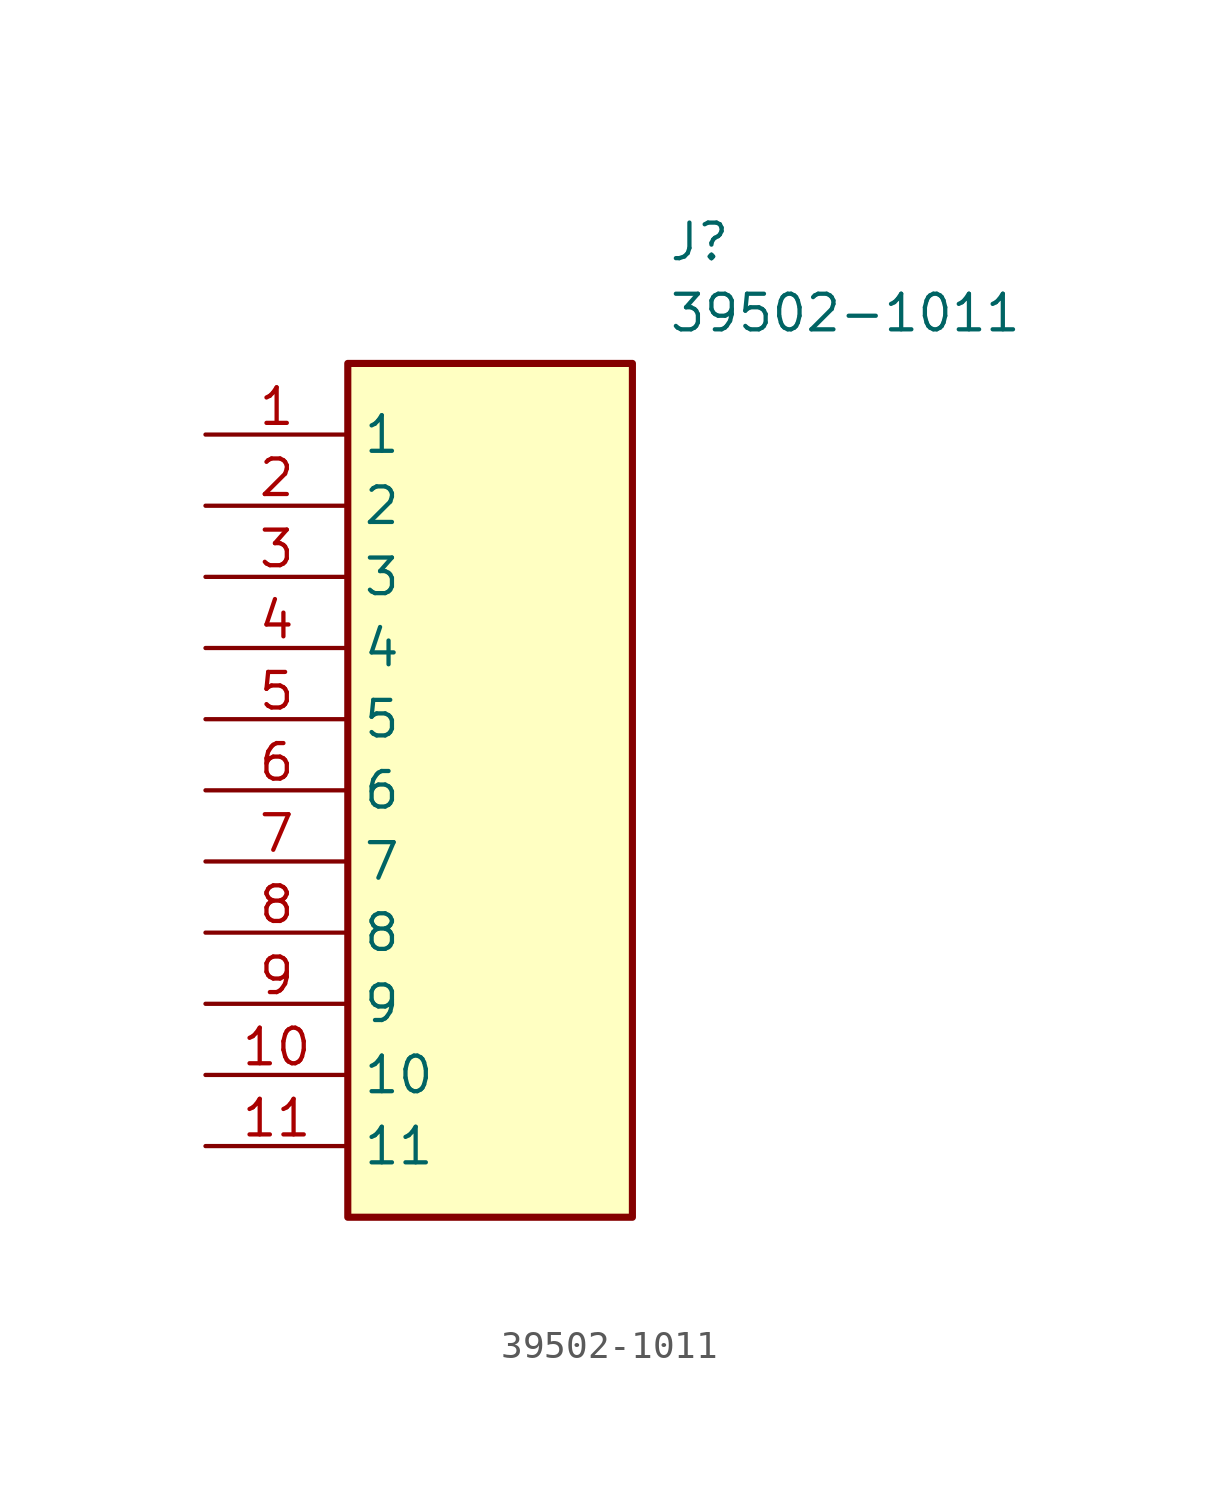
<source format=kicad_sym>
(kicad_symbol_lib
  (version 20211014)
  (generator SamacSys_ECAD_Model)
  (symbol "39502-1011"
    (property "Reference" "J"
      (at 16.51 7.62 0)
      (effects (font (size 1.27 1.27)) (justify left top)))
    (property "Value" "39502-1011"
      (at 16.51 5.08 0)
      (effects (font (size 1.27 1.27)) (justify left top)))
    (rectangle
      (start 5.08 2.54)
      (end 15.24 -27.94)
      (stroke (width 0.254) (type default))
      (fill (type background)))
    (pin passive line
      (at 0 0 0)
      (length 5.08)
      (name "1" (effects (font (size 1.27 1.27))))
      (number "1" (effects (font (size 1.27 1.27)))))
    (pin passive line
      (at 0 -2.54 0)
      (length 5.08)
      (name "2" (effects (font (size 1.27 1.27))))
      (number "2" (effects (font (size 1.27 1.27)))))
    (pin passive line
      (at 0 -5.08 0)
      (length 5.08)
      (name "3" (effects (font (size 1.27 1.27))))
      (number "3" (effects (font (size 1.27 1.27)))))
    (pin passive line
      (at 0 -7.62 0)
      (length 5.08)
      (name "4" (effects (font (size 1.27 1.27))))
      (number "4" (effects (font (size 1.27 1.27)))))
    (pin passive line
      (at 0 -10.16 0)
      (length 5.08)
      (name "5" (effects (font (size 1.27 1.27))))
      (number "5" (effects (font (size 1.27 1.27)))))
    (pin passive line
      (at 0 -12.7 0)
      (length 5.08)
      (name "6" (effects (font (size 1.27 1.27))))
      (number "6" (effects (font (size 1.27 1.27)))))
    (pin passive line
      (at 0 -15.24 0)
      (length 5.08)
      (name "7" (effects (font (size 1.27 1.27))))
      (number "7" (effects (font (size 1.27 1.27)))))
    (pin passive line
      (at 0 -17.78 0)
      (length 5.08)
      (name "8" (effects (font (size 1.27 1.27))))
      (number "8" (effects (font (size 1.27 1.27)))))
    (pin passive line
      (at 0 -20.32 0)
      (length 5.08)
      (name "9" (effects (font (size 1.27 1.27))))
      (number "9" (effects (font (size 1.27 1.27)))))
    (pin passive line
      (at 0 -22.86 0)
      (length 5.08)
      (name "10" (effects (font (size 1.27 1.27))))
      (number "10" (effects (font (size 1.27 1.27)))))
    (pin passive line
      (at 0 -25.4 0)
      (length 5.08)
      (name "11" (effects (font (size 1.27 1.27))))
      (number "11" (effects (font (size 1.27 1.27)))))))
</source>
